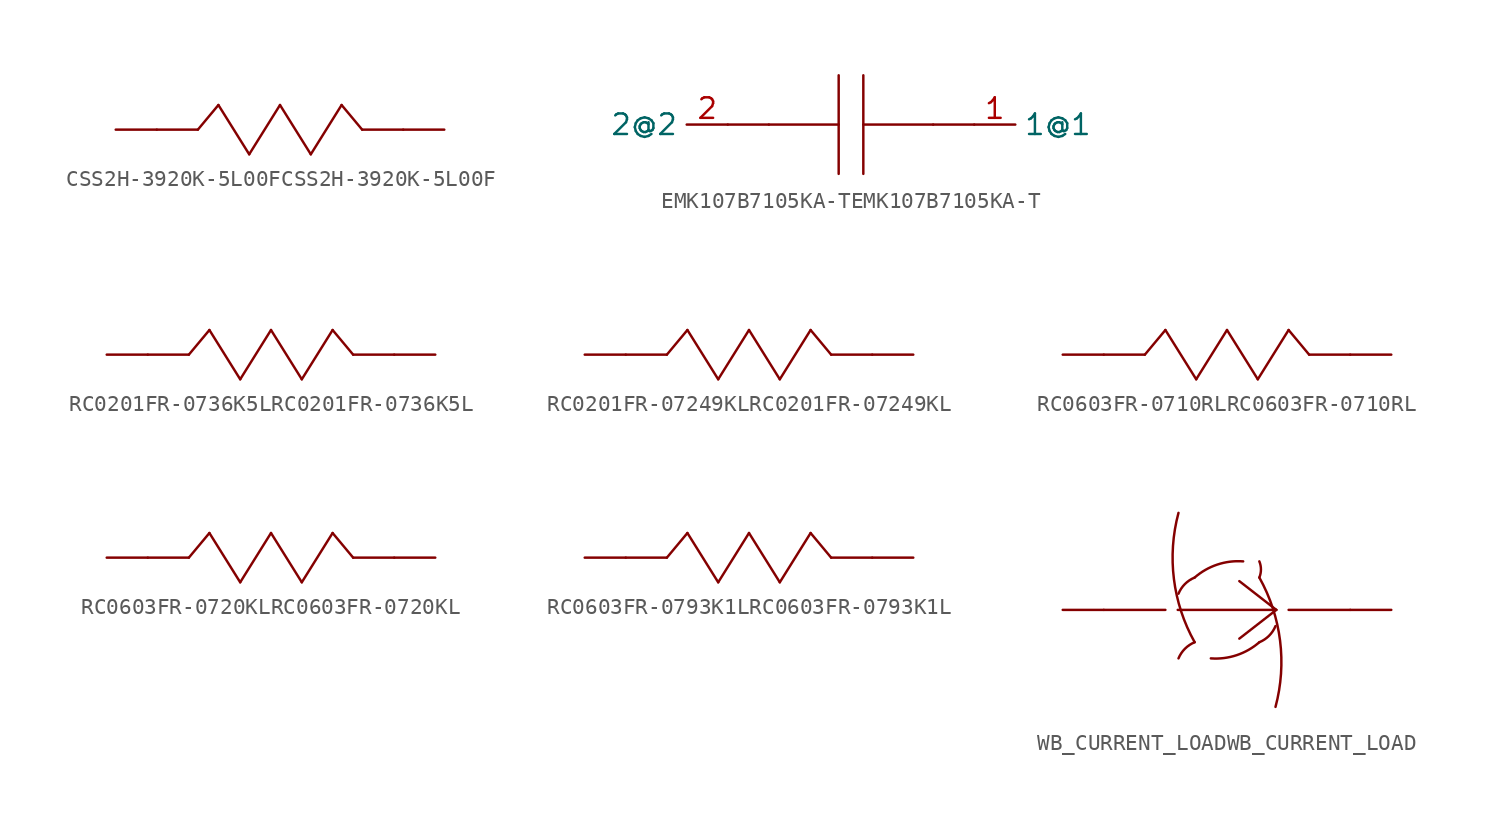
<source format=kicad_sym>
(kicad_symbol_lib
  (version 20220914)
  (generator kicad_symbol_editor)
  (symbol "CSS2H-3920K-5L00FCSS2H-3920K-5L00F"
    (property "Reference" ""
      (at 0 5.08 0)
      (effects (font (size 2 1.7)) hide))
    (property "Value" ""
      (at 0 3.175 0)
      (effects (font (size 2 1.7))))
    (property "ki_locked" ""
      (at 0 0 0)
      (effects (font (size 1.27 1.27))))
    (symbol "CSS2H-3920K-5L00FCSS2H-3920K-5L00F_1_0"
      (polyline (pts (xy -5.08 0) (xy -7.62 0)) (stroke (width 0.152) (type solid)) (fill (type none)))
      (polyline (pts (xy -3.81 1.524) (xy -5.08 0)) (stroke (width 0.152) (type solid)) (fill (type none)))
      (polyline (pts (xy -1.905 -1.524) (xy -3.81 1.524)) (stroke (width 0.152) (type solid)) (fill (type none)))
      (polyline (pts (xy 0 1.524) (xy -1.905 -1.524)) (stroke (width 0.152) (type solid)) (fill (type none)))
      (polyline (pts (xy 1.905 -1.524) (xy 0 1.524)) (stroke (width 0.152) (type solid)) (fill (type none)))
      (polyline (pts (xy 3.81 1.524) (xy 1.905 -1.524)) (stroke (width 0.152) (type solid)) (fill (type none)))
      (polyline (pts (xy 5.08 0) (xy 3.81 1.524)) (stroke (width 0.152) (type solid)) (fill (type none)))
      (polyline (pts (xy 7.62 0) (xy 5.08 0)) (stroke (width 0.152) (type solid)) (fill (type none)))
      (pin passive line (at -7.62 0 180) (length 2.54) (name "1@1" (effects (font (size 0 0)))) (number "1" (effects (font (size 0 0)))))
      (pin passive line (at 7.62 0 0) (length 2.54) (name "2@2" (effects (font (size 0 0)))) (number "2" (effects (font (size 0 0)))))))
  (symbol "EMK107B7105KA-TEMK107B7105KA-T"
    (property "Reference" ""
      (at 0 0 0)
      (effects (font (size 2 1.7)) hide))
    (property "Value" ""
      (at 0 0 0)
      (effects (font (size 2 1.7))))
    (property "ki_locked" ""
      (at 0 0 0)
      (effects (font (size 1.27 1.27))))
    (symbol "EMK107B7105KA-TEMK107B7105KA-T_1_0"
      (polyline (pts (xy -7.62 0) (xy -5.08 0)) (stroke (width 0.152) (type solid)) (fill (type none)))
      (polyline (pts (xy -5.08 0) (xy -0.762 0)) (stroke (width 0.152) (type solid)) (fill (type none)))
      (polyline (pts (xy -0.762 -3.048) (xy -0.762 3.048)) (stroke (width 0.152) (type solid)) (fill (type none)))
      (polyline (pts (xy 0.762 -3.048) (xy 0.762 3.048)) (stroke (width 0.152) (type solid)) (fill (type none)))
      (polyline (pts (xy 0.762 0) (xy 5.08 0)) (stroke (width 0.152) (type solid)) (fill (type none)))
      (polyline (pts (xy 7.62 0) (xy 5.08 0)) (stroke (width 0.152) (type solid)) (fill (type none)))
      (pin passive line (at 7.62 0 0) (length 2.54) (name "1@1" (effects (font (size 1.27 1.27)))) (number "1" (effects (font (size 1.27 1.27)))))
      (pin passive line (at -7.62 0 180) (length 2.54) (name "2@2" (effects (font (size 1.27 1.27)))) (number "2" (effects (font (size 1.27 1.27)))))))
  (symbol "RC0201FR-0736K5LRC0201FR-0736K5L"
    (property "Reference" ""
      (at 0 5.715 0)
      (effects (font (size 2 1.7)) hide))
    (property "Value" ""
      (at 0 3.175 0)
      (effects (font (size 2 1.7))))
    (property "ki_locked" ""
      (at 0 0 0)
      (effects (font (size 1.27 1.27))))
    (symbol "RC0201FR-0736K5LRC0201FR-0736K5L_1_0"
      (polyline (pts (xy -5.08 0) (xy -7.62 0)) (stroke (width 0.152) (type solid)) (fill (type none)))
      (polyline (pts (xy -3.81 1.524) (xy -5.08 0)) (stroke (width 0.152) (type solid)) (fill (type none)))
      (polyline (pts (xy -1.905 -1.524) (xy -3.81 1.524)) (stroke (width 0.152) (type solid)) (fill (type none)))
      (polyline (pts (xy 0 1.524) (xy -1.905 -1.524)) (stroke (width 0.152) (type solid)) (fill (type none)))
      (polyline (pts (xy 1.905 -1.524) (xy 0 1.524)) (stroke (width 0.152) (type solid)) (fill (type none)))
      (polyline (pts (xy 3.81 1.524) (xy 1.905 -1.524)) (stroke (width 0.152) (type solid)) (fill (type none)))
      (polyline (pts (xy 5.08 0) (xy 3.81 1.524)) (stroke (width 0.152) (type solid)) (fill (type none)))
      (polyline (pts (xy 7.62 0) (xy 5.08 0)) (stroke (width 0.152) (type solid)) (fill (type none)))
      (pin passive line (at 7.62 0 0) (length 2.54) (name "1@1" (effects (font (size 0 0)))) (number "1" (effects (font (size 0 0)))))
      (pin passive line (at -7.62 0 180) (length 2.54) (name "2@2" (effects (font (size 0 0)))) (number "2" (effects (font (size 0 0)))))))
  (symbol "RC0201FR-07249KLRC0201FR-07249KL"
    (property "Reference" ""
      (at 0 5.715 0)
      (effects (font (size 2 1.7)) hide))
    (property "Value" ""
      (at 0 3.175 0)
      (effects (font (size 2 1.7))))
    (property "ki_locked" ""
      (at 0 0 0)
      (effects (font (size 1.27 1.27))))
    (symbol "RC0201FR-07249KLRC0201FR-07249KL_1_0"
      (polyline (pts (xy -5.08 0) (xy -7.62 0)) (stroke (width 0.152) (type solid)) (fill (type none)))
      (polyline (pts (xy -3.81 1.524) (xy -5.08 0)) (stroke (width 0.152) (type solid)) (fill (type none)))
      (polyline (pts (xy -1.905 -1.524) (xy -3.81 1.524)) (stroke (width 0.152) (type solid)) (fill (type none)))
      (polyline (pts (xy 0 1.524) (xy -1.905 -1.524)) (stroke (width 0.152) (type solid)) (fill (type none)))
      (polyline (pts (xy 1.905 -1.524) (xy 0 1.524)) (stroke (width 0.152) (type solid)) (fill (type none)))
      (polyline (pts (xy 3.81 1.524) (xy 1.905 -1.524)) (stroke (width 0.152) (type solid)) (fill (type none)))
      (polyline (pts (xy 5.08 0) (xy 3.81 1.524)) (stroke (width 0.152) (type solid)) (fill (type none)))
      (polyline (pts (xy 7.62 0) (xy 5.08 0)) (stroke (width 0.152) (type solid)) (fill (type none)))
      (pin passive line (at 7.62 0 0) (length 2.54) (name "1@1" (effects (font (size 0 0)))) (number "1" (effects (font (size 0 0)))))
      (pin passive line (at -7.62 0 180) (length 2.54) (name "2@2" (effects (font (size 0 0)))) (number "2" (effects (font (size 0 0)))))))
  (symbol "RC0603FR-0710RLRC0603FR-0710RL"
    (property "Reference" ""
      (at 0 5.715 0)
      (effects (font (size 2 1.7)) hide))
    (property "Value" ""
      (at 0 3.175 0)
      (effects (font (size 2 1.7))))
    (property "ki_locked" ""
      (at 0 0 0)
      (effects (font (size 1.27 1.27))))
    (symbol "RC0603FR-0710RLRC0603FR-0710RL_1_0"
      (polyline (pts (xy -5.08 0) (xy -7.62 0)) (stroke (width 0.152) (type solid)) (fill (type none)))
      (polyline (pts (xy -3.81 1.524) (xy -5.08 0)) (stroke (width 0.152) (type solid)) (fill (type none)))
      (polyline (pts (xy -1.905 -1.524) (xy -3.81 1.524)) (stroke (width 0.152) (type solid)) (fill (type none)))
      (polyline (pts (xy 0 1.524) (xy -1.905 -1.524)) (stroke (width 0.152) (type solid)) (fill (type none)))
      (polyline (pts (xy 1.905 -1.524) (xy 0 1.524)) (stroke (width 0.152) (type solid)) (fill (type none)))
      (polyline (pts (xy 3.81 1.524) (xy 1.905 -1.524)) (stroke (width 0.152) (type solid)) (fill (type none)))
      (polyline (pts (xy 5.08 0) (xy 3.81 1.524)) (stroke (width 0.152) (type solid)) (fill (type none)))
      (polyline (pts (xy 7.62 0) (xy 5.08 0)) (stroke (width 0.152) (type solid)) (fill (type none)))
      (pin passive line (at 7.62 0 0) (length 2.54) (name "1@1" (effects (font (size 0 0)))) (number "1" (effects (font (size 0 0)))))
      (pin passive line (at -7.62 0 180) (length 2.54) (name "2@2" (effects (font (size 0 0)))) (number "2" (effects (font (size 0 0)))))))
  (symbol "RC0603FR-0720KLRC0603FR-0720KL"
    (property "Reference" ""
      (at 0 5.715 0)
      (effects (font (size 2 1.7)) hide))
    (property "Value" ""
      (at 0 3.175 0)
      (effects (font (size 2 1.7))))
    (property "ki_locked" ""
      (at 0 0 0)
      (effects (font (size 1.27 1.27))))
    (symbol "RC0603FR-0720KLRC0603FR-0720KL_1_0"
      (polyline (pts (xy -5.08 0) (xy -7.62 0)) (stroke (width 0.152) (type solid)) (fill (type none)))
      (polyline (pts (xy -3.81 1.524) (xy -5.08 0)) (stroke (width 0.152) (type solid)) (fill (type none)))
      (polyline (pts (xy -1.905 -1.524) (xy -3.81 1.524)) (stroke (width 0.152) (type solid)) (fill (type none)))
      (polyline (pts (xy 0 1.524) (xy -1.905 -1.524)) (stroke (width 0.152) (type solid)) (fill (type none)))
      (polyline (pts (xy 1.905 -1.524) (xy 0 1.524)) (stroke (width 0.152) (type solid)) (fill (type none)))
      (polyline (pts (xy 3.81 1.524) (xy 1.905 -1.524)) (stroke (width 0.152) (type solid)) (fill (type none)))
      (polyline (pts (xy 5.08 0) (xy 3.81 1.524)) (stroke (width 0.152) (type solid)) (fill (type none)))
      (polyline (pts (xy 7.62 0) (xy 5.08 0)) (stroke (width 0.152) (type solid)) (fill (type none)))
      (pin passive line (at 7.62 0 0) (length 2.54) (name "1@1" (effects (font (size 0 0)))) (number "1" (effects (font (size 0 0)))))
      (pin passive line (at -7.62 0 180) (length 2.54) (name "2@2" (effects (font (size 0 0)))) (number "2" (effects (font (size 0 0)))))))
  (symbol "RC0603FR-0793K1LRC0603FR-0793K1L"
    (property "Reference" ""
      (at 0 5.715 0)
      (effects (font (size 2 1.7)) hide))
    (property "Value" ""
      (at 0 3.175 0)
      (effects (font (size 2 1.7))))
    (property "ki_locked" ""
      (at 0 0 0)
      (effects (font (size 1.27 1.27))))
    (symbol "RC0603FR-0793K1LRC0603FR-0793K1L_1_0"
      (polyline (pts (xy -5.08 0) (xy -7.62 0)) (stroke (width 0.152) (type solid)) (fill (type none)))
      (polyline (pts (xy -3.81 1.524) (xy -5.08 0)) (stroke (width 0.152) (type solid)) (fill (type none)))
      (polyline (pts (xy -1.905 -1.524) (xy -3.81 1.524)) (stroke (width 0.152) (type solid)) (fill (type none)))
      (polyline (pts (xy 0 1.524) (xy -1.905 -1.524)) (stroke (width 0.152) (type solid)) (fill (type none)))
      (polyline (pts (xy 1.905 -1.524) (xy 0 1.524)) (stroke (width 0.152) (type solid)) (fill (type none)))
      (polyline (pts (xy 3.81 1.524) (xy 1.905 -1.524)) (stroke (width 0.152) (type solid)) (fill (type none)))
      (polyline (pts (xy 5.08 0) (xy 3.81 1.524)) (stroke (width 0.152) (type solid)) (fill (type none)))
      (polyline (pts (xy 7.62 0) (xy 5.08 0)) (stroke (width 0.152) (type solid)) (fill (type none)))
      (pin passive line (at 7.62 0 0) (length 2.54) (name "1@1" (effects (font (size 0 0)))) (number "1" (effects (font (size 0 0)))))
      (pin passive line (at -7.62 0 180) (length 2.54) (name "2@2" (effects (font (size 0 0)))) (number "2" (effects (font (size 0 0)))))))
  (symbol "WB_CURRENT_LOADWB_CURRENT_LOAD"
    (property "Reference" ""
      (at 0 0 0)
      (effects (font (size 1.27 1.27)) hide))
    (property "ki_locked" ""
      (at 0 0 0)
      (effects (font (size 1.27 1.27))))
    (symbol "WB_CURRENT_LOADWB_CURRENT_LOAD_1_0"
      (arc (start -3 6) (mid -3.2822 1.9022) (end -2 -2) (stroke (width 0.1524) (type solid)) (fill (type none)))
      (arc (start -1.9998 -1.9999) (mid -2.5989 -2.4009) (end -2.9999 -3) (stroke (width 0.1524) (type solid)) (fill (type none)))
      (arc (start -2 1.9999) (mid -2.6008 1.6007) (end -3 0.9999) (stroke (width 0.1524) (type solid)) (fill (type none)))
      (arc (start -0.9999 -2.9999) (mid 0.6003 -2.8009) (end 1.9999 -1.9999) (stroke (width 0.1524) (type solid)) (fill (type none)))
      (polyline (pts (xy -3.81 0) (xy -7.62 0)) (stroke (width 0.152) (type solid)) (fill (type none)))
      (polyline (pts (xy 0.762 -1.778) (xy 3.048 0)) (stroke (width 0.152) (type solid)) (fill (type none)))
      (polyline (pts (xy 0.762 1.778) (xy 3.048 0)) (stroke (width 0.152) (type solid)) (fill (type none)))
      (polyline (pts (xy 3.048 0) (xy -3.048 0)) (stroke (width 0.152) (type solid)) (fill (type none)))
      (polyline (pts (xy 7.62 0) (xy 3.81 0)) (stroke (width 0.152) (type solid)) (fill (type none)))
      (arc (start 0.9999 2.9999) (mid -0.6003 2.8009) (end -1.9999 1.9999) (stroke (width 0.1524) (type solid)) (fill (type none)))
      (arc (start 2 -1.9999) (mid 2.6008 -1.6007) (end 3 -0.9999) (stroke (width 0.1524) (type solid)) (fill (type none)))
      (arc (start 1.9999 1.9999) (mid 2.099 2.5) (end 1.9999 3) (stroke (width 0.1524) (type solid)) (fill (type none)))
      (arc (start 3 -6) (mid 3.2822 -1.9022) (end 2 2) (stroke (width 0.1524) (type solid)) (fill (type none)))
      (pin passive line (at -7.62 0 180) (length 2.54) (name "+@1" (effects (font (size 0 0)))) (number "1" (effects (font (size 0 0)))))
      (pin passive line (at 7.62 0 0) (length 2.54) (name "-@2" (effects (font (size 0 0)))) (number "2" (effects (font (size 0 0))))))))
</source>
